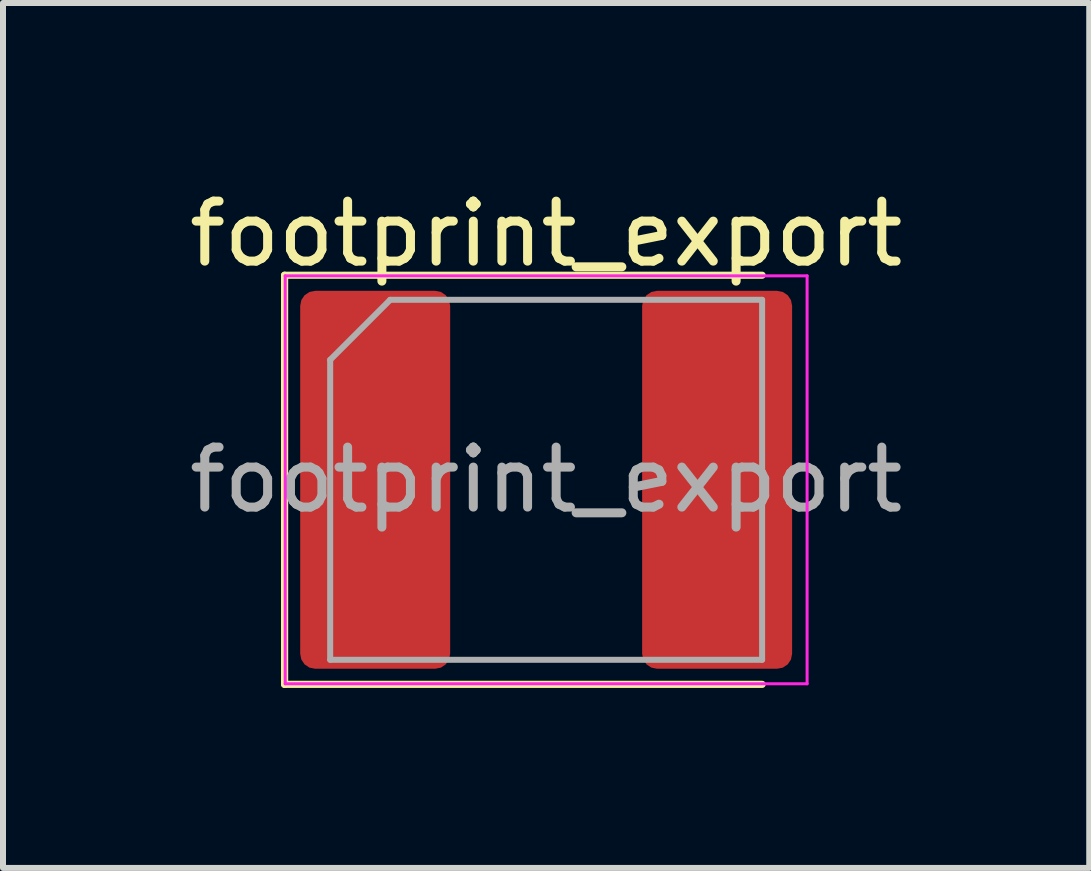
<source format=kicad_pcb>
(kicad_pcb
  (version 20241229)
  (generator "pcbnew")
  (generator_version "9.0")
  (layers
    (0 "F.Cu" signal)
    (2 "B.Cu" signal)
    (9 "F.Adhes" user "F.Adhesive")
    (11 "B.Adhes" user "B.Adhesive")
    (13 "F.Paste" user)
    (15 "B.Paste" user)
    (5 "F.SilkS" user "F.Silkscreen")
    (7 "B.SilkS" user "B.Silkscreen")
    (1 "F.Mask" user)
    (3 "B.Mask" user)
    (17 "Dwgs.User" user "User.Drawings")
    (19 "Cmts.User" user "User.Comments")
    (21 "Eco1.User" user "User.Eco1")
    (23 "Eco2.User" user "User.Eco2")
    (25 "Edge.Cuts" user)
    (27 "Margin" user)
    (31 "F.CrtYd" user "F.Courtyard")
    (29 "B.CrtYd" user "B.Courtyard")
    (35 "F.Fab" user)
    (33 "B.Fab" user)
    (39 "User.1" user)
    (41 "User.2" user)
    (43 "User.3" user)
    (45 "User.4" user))
  (footprint "footprint_export"
    (layer "F.Cu")
    (at 6.054 4.948)
    (property "Reference" "footprint_export" (at 0 -4.1 0) (layer "F.SilkS") (effects (font (size 1 1) (thickness 0.15))))
    (attr smd)
    (fp_line (start -4.36 -3.41) (end -4.36 3.41) (stroke (width 0.12) (type solid)) (layer "F.SilkS"))
    (fp_line (start -4.36 3.41) (end 3.6 3.41) (stroke (width 0.12) (type solid)) (layer "F.SilkS"))
    (fp_line (start 3.6 -3.41) (end -4.36 -3.41) (stroke (width 0.12) (type solid)) (layer "F.SilkS"))
    (fp_line (start -4.35 -3.4) (end 4.35 -3.4) (stroke (width 0.05) (type solid)) (layer "F.CrtYd"))
    (fp_line (start -4.35 3.4) (end -4.35 -3.4) (stroke (width 0.05) (type solid)) (layer "F.CrtYd"))
    (fp_line (start 4.35 -3.4) (end 4.35 3.4) (stroke (width 0.05) (type solid)) (layer "F.CrtYd"))
    (fp_line (start 4.35 3.4) (end -4.35 3.4) (stroke (width 0.05) (type solid)) (layer "F.CrtYd"))
    (fp_line (start -3.6 -2) (end -3.6 3) (stroke (width 0.1) (type solid)) (layer "F.Fab"))
    (fp_line (start -3.6 3) (end 3.6 3) (stroke (width 0.1) (type solid)) (layer "F.Fab"))
    (fp_line (start -2.6 -3) (end -3.6 -2) (stroke (width 0.1) (type solid)) (layer "F.Fab"))
    (fp_line (start 3.6 -3) (end -2.6 -3) (stroke (width 0.1) (type solid)) (layer "F.Fab"))
    (fp_line (start 3.6 3) (end 3.6 -3) (stroke (width 0.1) (type solid)) (layer "F.Fab"))
    (fp_text user "${REFERENCE}" (at 0 0 0) (layer "F.Fab") (effects (font (size 1 1) (thickness 0.15))))
    (pad "1" smd roundrect (at -2.85 0) (size 2.5 6.3) (layers "F.Cu" "F.Mask" "F.Paste") (roundrect_rratio 0.1))
    (pad "2" smd roundrect (at 2.85 0) (size 2.5 6.3) (layers "F.Cu" "F.Mask" "F.Paste") (roundrect_rratio 0.1)))
  (gr_rect
    (start -3 -3)
    (end 15.107 11.418)
    (stroke (width 0.1) (type default))
    (fill no)
    (layer "Edge.Cuts")))
</source>
